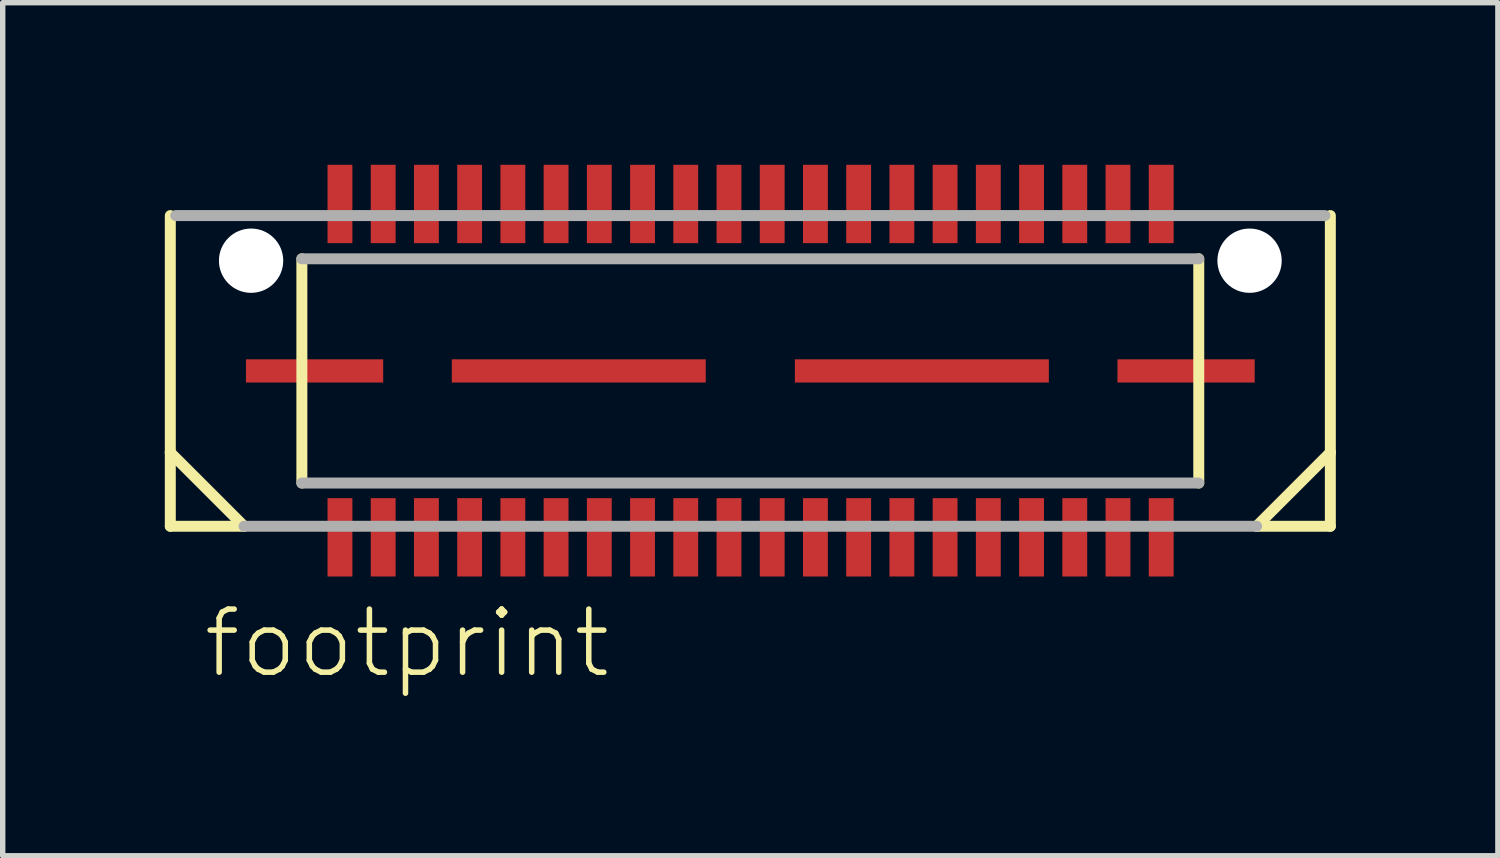
<source format=kicad_pcb>
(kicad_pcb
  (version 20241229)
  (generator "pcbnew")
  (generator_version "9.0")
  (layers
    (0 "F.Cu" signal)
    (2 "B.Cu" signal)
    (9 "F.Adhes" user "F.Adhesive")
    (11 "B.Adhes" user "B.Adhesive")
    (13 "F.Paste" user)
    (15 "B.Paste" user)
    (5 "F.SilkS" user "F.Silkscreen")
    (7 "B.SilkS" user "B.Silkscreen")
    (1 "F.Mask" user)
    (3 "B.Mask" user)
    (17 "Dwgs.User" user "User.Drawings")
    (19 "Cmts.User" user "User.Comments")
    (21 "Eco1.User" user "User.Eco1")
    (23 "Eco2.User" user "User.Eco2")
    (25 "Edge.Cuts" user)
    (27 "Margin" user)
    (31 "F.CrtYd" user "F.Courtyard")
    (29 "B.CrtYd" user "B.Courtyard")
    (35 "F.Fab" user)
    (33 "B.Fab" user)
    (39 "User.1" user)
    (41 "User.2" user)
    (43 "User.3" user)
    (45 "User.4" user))
  (footprint "footprint"
    (layer "F.Cu")
    (at 10.837 3.815)
    (property "Reference" "footprint" (at -10.176 5.724 0) (layer "F.SilkS") (effects (font (size 1.168 1.168) (thickness 0.102)) (justify left bottom)))
    (fp_line (start -10.735 -2.875) (end -10.735 1.51) (stroke (width 0.203) (type solid)) (layer "F.SilkS"))
    (fp_line (start -10.735 1.51) (end -10.735 2.875) (stroke (width 0.203) (type solid)) (layer "F.SilkS"))
    (fp_line (start -10.735 1.51) (end -9.37 2.875) (stroke (width 0.203) (type solid)) (layer "F.SilkS"))
    (fp_line (start -10.735 2.875) (end -9.37 2.875) (stroke (width 0.203) (type solid)) (layer "F.SilkS"))
    (fp_line (start -8.3 2.075) (end -8.3 -2.075) (stroke (width 0.203) (type solid)) (layer "F.SilkS"))
    (fp_line (start 8.3 -2.075) (end 8.3 2.075) (stroke (width 0.203) (type solid)) (layer "F.SilkS"))
    (fp_line (start 9.37 2.875) (end 10.735 1.51) (stroke (width 0.203) (type solid)) (layer "F.SilkS"))
    (fp_line (start 9.37 2.875) (end 10.735 2.875) (stroke (width 0.203) (type solid)) (layer "F.SilkS"))
    (fp_line (start 10.735 1.51) (end 10.735 -2.875) (stroke (width 0.203) (type solid)) (layer "F.SilkS"))
    (fp_line (start 10.735 2.875) (end 10.735 1.51) (stroke (width 0.203) (type solid)) (layer "F.SilkS"))
    (fp_line (start -10.635 -2.875) (end 10.635 -2.875) (stroke (width 0.203) (type solid)) (layer "F.Fab"))
    (fp_line (start -9.37 2.875) (end 9.37 2.875) (stroke (width 0.203) (type solid)) (layer "F.Fab"))
    (fp_line (start -8.3 -2.075) (end 8.3 -2.075) (stroke (width 0.203) (type solid)) (layer "F.Fab"))
    (fp_line (start 8.3 2.075) (end -8.3 2.075) (stroke (width 0.203) (type solid)) (layer "F.Fab"))
    (pad "" np_thru_hole circle (at -9.24 -2.04) (size 1.19 1.19) (drill 1.19) (layers "*.Cu" "*.Mask"))
    (pad "" np_thru_hole circle (at 9.24 -2.04) (size 1.19 1.19) (drill 1.19) (layers "*.Cu" "*.Mask"))
    (pad "1" smd rect (at -7.595 -3.09) (size 0.46 1.45) (layers "F.Cu" "F.Mask" "F.Paste"))
    (pad "2" smd rect (at -7.595 3.08) (size 0.46 1.45) (layers "F.Cu" "F.Mask" "F.Paste"))
    (pad "3" smd rect (at -6.795 -3.09) (size 0.46 1.45) (layers "F.Cu" "F.Mask" "F.Paste"))
    (pad "4" smd rect (at -6.795 3.08) (size 0.46 1.45) (layers "F.Cu" "F.Mask" "F.Paste"))
    (pad "5" smd rect (at -5.995 -3.09) (size 0.46 1.45) (layers "F.Cu" "F.Mask" "F.Paste"))
    (pad "6" smd rect (at -5.995 3.08) (size 0.46 1.45) (layers "F.Cu" "F.Mask" "F.Paste"))
    (pad "7" smd rect (at -5.195 -3.09) (size 0.46 1.45) (layers "F.Cu" "F.Mask" "F.Paste"))
    (pad "8" smd rect (at -5.195 3.08) (size 0.46 1.45) (layers "F.Cu" "F.Mask" "F.Paste"))
    (pad "9" smd rect (at -4.395 -3.09) (size 0.46 1.45) (layers "F.Cu" "F.Mask" "F.Paste"))
    (pad "10" smd rect (at -4.395 3.08) (size 0.46 1.45) (layers "F.Cu" "F.Mask" "F.Paste"))
    (pad "11" smd rect (at -3.595 -3.09) (size 0.46 1.45) (layers "F.Cu" "F.Mask" "F.Paste"))
    (pad "12" smd rect (at -3.595 3.08) (size 0.46 1.45) (layers "F.Cu" "F.Mask" "F.Paste"))
    (pad "13" smd rect (at -2.795 -3.09) (size 0.46 1.45) (layers "F.Cu" "F.Mask" "F.Paste"))
    (pad "14" smd rect (at -2.795 3.08) (size 0.46 1.45) (layers "F.Cu" "F.Mask" "F.Paste"))
    (pad "15" smd rect (at -1.995 -3.09) (size 0.46 1.45) (layers "F.Cu" "F.Mask" "F.Paste"))
    (pad "16" smd rect (at -1.995 3.08) (size 0.46 1.45) (layers "F.Cu" "F.Mask" "F.Paste"))
    (pad "17" smd rect (at -1.195 -3.09) (size 0.46 1.45) (layers "F.Cu" "F.Mask" "F.Paste"))
    (pad "18" smd rect (at -1.195 3.08) (size 0.46 1.45) (layers "F.Cu" "F.Mask" "F.Paste"))
    (pad "19" smd rect (at -0.395 -3.09) (size 0.46 1.45) (layers "F.Cu" "F.Mask" "F.Paste"))
    (pad "20" smd rect (at -0.395 3.08) (size 0.46 1.45) (layers "F.Cu" "F.Mask" "F.Paste"))
    (pad "21" smd rect (at 0.405 -3.09) (size 0.46 1.45) (layers "F.Cu" "F.Mask" "F.Paste"))
    (pad "22" smd rect (at 0.405 3.08) (size 0.46 1.45) (layers "F.Cu" "F.Mask" "F.Paste"))
    (pad "23" smd rect (at 1.205 -3.09) (size 0.46 1.45) (layers "F.Cu" "F.Mask" "F.Paste"))
    (pad "24" smd rect (at 1.205 3.08) (size 0.46 1.45) (layers "F.Cu" "F.Mask" "F.Paste"))
    (pad "25" smd rect (at 2.005 -3.09) (size 0.46 1.45) (layers "F.Cu" "F.Mask" "F.Paste"))
    (pad "26" smd rect (at 2.005 3.08) (size 0.46 1.45) (layers "F.Cu" "F.Mask" "F.Paste"))
    (pad "27" smd rect (at 2.805 -3.09) (size 0.46 1.45) (layers "F.Cu" "F.Mask" "F.Paste"))
    (pad "28" smd rect (at 2.805 3.08) (size 0.46 1.45) (layers "F.Cu" "F.Mask" "F.Paste"))
    (pad "29" smd rect (at 3.605 -3.09) (size 0.46 1.45) (layers "F.Cu" "F.Mask" "F.Paste"))
    (pad "30" smd rect (at 3.605 3.08) (size 0.46 1.45) (layers "F.Cu" "F.Mask" "F.Paste"))
    (pad "31" smd rect (at 4.405 -3.09) (size 0.46 1.45) (layers "F.Cu" "F.Mask" "F.Paste"))
    (pad "32" smd rect (at 4.405 3.08) (size 0.46 1.45) (layers "F.Cu" "F.Mask" "F.Paste"))
    (pad "33" smd rect (at 5.205 -3.09) (size 0.46 1.45) (layers "F.Cu" "F.Mask" "F.Paste"))
    (pad "34" smd rect (at 5.205 3.08) (size 0.46 1.45) (layers "F.Cu" "F.Mask" "F.Paste"))
    (pad "35" smd rect (at 6.005 -3.09) (size 0.46 1.45) (layers "F.Cu" "F.Mask" "F.Paste"))
    (pad "36" smd rect (at 6.005 3.08) (size 0.46 1.45) (layers "F.Cu" "F.Mask" "F.Paste"))
    (pad "37" smd rect (at 6.805 -3.09) (size 0.46 1.45) (layers "F.Cu" "F.Mask" "F.Paste"))
    (pad "38" smd rect (at 6.805 3.08) (size 0.46 1.45) (layers "F.Cu" "F.Mask" "F.Paste"))
    (pad "39" smd rect (at 7.605 -3.09) (size 0.46 1.45) (layers "F.Cu" "F.Mask" "F.Paste"))
    (pad "40" smd rect (at 7.605 3.08) (size 0.46 1.45) (layers "F.Cu" "F.Mask" "F.Paste"))
    (pad "M1" smd rect (at -8.065 0) (size 2.54 0.43) (layers "F.Cu" "F.Mask" "F.Paste"))
    (pad "M2" smd rect (at 8.065 0) (size 2.54 0.43) (layers "F.Cu" "F.Mask" "F.Paste"))
    (pad "M3" smd rect (at -3.175 0) (size 4.7 0.43) (layers "F.Cu" "F.Mask" "F.Paste"))
    (pad "M4" smd rect (at 3.175 0) (size 4.7 0.43) (layers "F.Cu" "F.Mask" "F.Paste")))
  (gr_rect
    (start -3 -3)
    (end 24.673 12.789)
    (stroke (width 0.1) (type default))
    (fill no)
    (layer "Edge.Cuts")))
</source>
